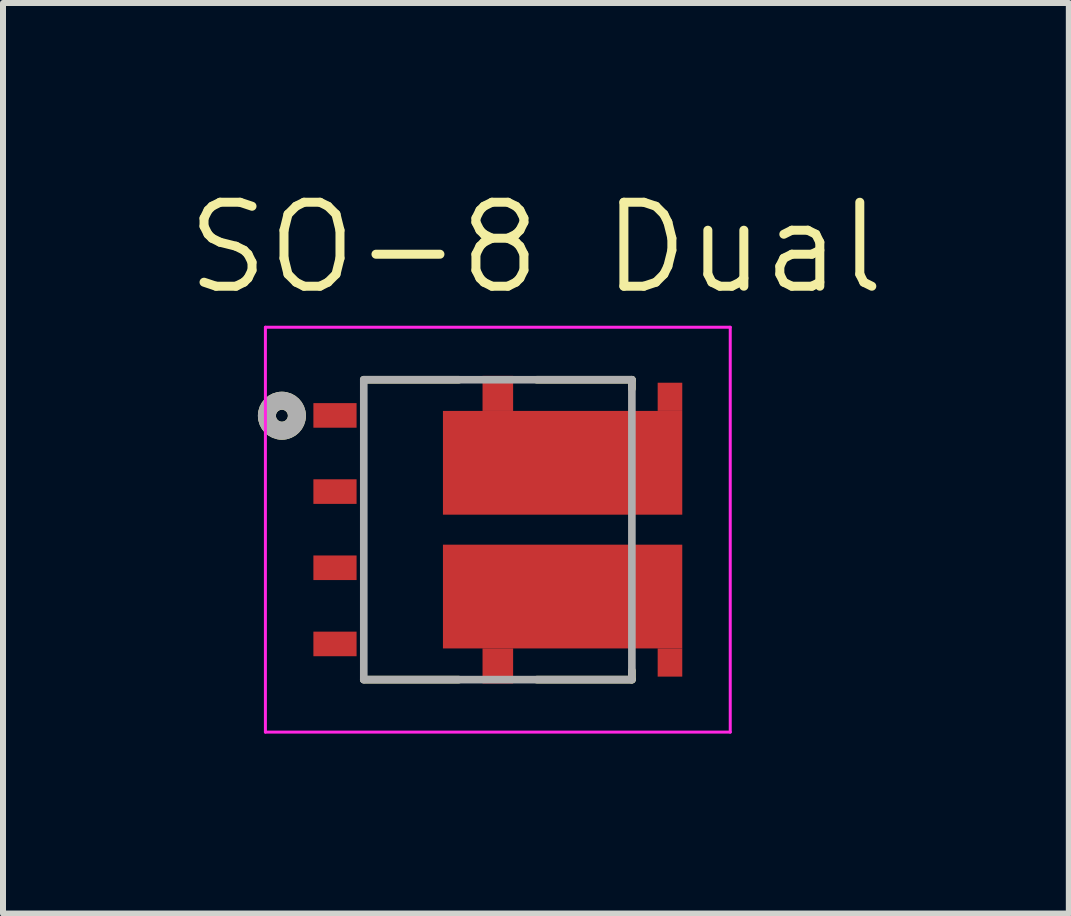
<source format=kicad_pcb>
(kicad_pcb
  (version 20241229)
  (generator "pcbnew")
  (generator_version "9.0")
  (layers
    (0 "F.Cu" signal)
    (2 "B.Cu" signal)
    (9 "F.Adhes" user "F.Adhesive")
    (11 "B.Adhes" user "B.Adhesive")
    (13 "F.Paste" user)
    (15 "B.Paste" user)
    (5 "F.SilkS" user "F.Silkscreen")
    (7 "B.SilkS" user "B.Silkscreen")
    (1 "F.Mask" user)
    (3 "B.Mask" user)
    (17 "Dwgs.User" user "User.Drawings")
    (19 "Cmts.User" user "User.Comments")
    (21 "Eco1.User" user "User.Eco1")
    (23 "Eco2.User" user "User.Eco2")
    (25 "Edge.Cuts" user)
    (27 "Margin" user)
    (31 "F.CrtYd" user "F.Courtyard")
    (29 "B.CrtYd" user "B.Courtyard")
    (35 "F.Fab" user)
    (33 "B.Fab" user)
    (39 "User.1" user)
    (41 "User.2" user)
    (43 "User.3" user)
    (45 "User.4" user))
  (footprint "SO-8 Dual"
    (layer "F.Cu")
    (at 5.25 5.781)
    (property "Reference" "SO-8 Dual" (at 0.635 -4.699 0) (layer "F.SilkS") (effects (font (size 1.4 1.4) (thickness 0.15))))
    (attr smd)
    (fp_line (start -0.65 -2.5) (end -2.235 -2.5) (stroke (width 0.127) (type solid)) (layer "F.SilkS"))
    (fp_line (start -0.65 2.5) (end -2.235 2.5) (stroke (width 0.127) (type solid)) (layer "F.SilkS"))
    (fp_line (start 2.235 -2.5) (end 0.65 -2.5) (stroke (width 0.127) (type solid)) (layer "F.SilkS"))
    (fp_line (start 2.235 -2.35) (end 2.235 -2.5) (stroke (width 0.127) (type solid)) (layer "F.SilkS"))
    (fp_line (start 2.235 2.35) (end 2.235 2.5) (stroke (width 0.127) (type solid)) (layer "F.SilkS"))
    (fp_line (start 2.235 2.5) (end 0.65 2.5) (stroke (width 0.127) (type solid)) (layer "F.SilkS"))
    (fp_circle (center -3.6 -1.9) (end -3.5 -1.9) (stroke (width 0.3) (type solid)) (fill no) (layer "F.SilkS"))
    (fp_line (start -3.875 -3.375) (end 3.875 -3.375) (stroke (width 0.05) (type solid)) (layer "F.CrtYd"))
    (fp_line (start -3.875 3.375) (end -3.875 -3.375) (stroke (width 0.05) (type solid)) (layer "F.CrtYd"))
    (fp_line (start 3.875 -3.375) (end 3.875 3.375) (stroke (width 0.05) (type solid)) (layer "F.CrtYd"))
    (fp_line (start 3.875 3.375) (end -3.875 3.375) (stroke (width 0.05) (type solid)) (layer "F.CrtYd"))
    (fp_line (start -2.235 -2.5) (end 2.235 -2.5) (stroke (width 0.127) (type solid)) (layer "F.Fab"))
    (fp_line (start -2.235 2.5) (end -2.235 -2.5) (stroke (width 0.127) (type solid)) (layer "F.Fab"))
    (fp_line (start 2.235 -2.5) (end 2.235 2.5) (stroke (width 0.127) (type solid)) (layer "F.Fab"))
    (fp_line (start 2.235 2.5) (end -2.235 2.5) (stroke (width 0.127) (type solid)) (layer "F.Fab"))
    (fp_circle (center -3.6 -1.9) (end -3.5 -1.9) (stroke (width 0.3) (type solid)) (fill no) (layer "F.Fab"))
    (pad "1" smd rect (at -2.715 -1.905) (size 0.72 0.41) (layers "F.Cu" "F.Mask" "F.Paste"))
    (pad "2" smd rect (at -2.715 -0.635) (size 0.72 0.41) (layers "F.Cu" "F.Mask" "F.Paste"))
    (pad "3" smd rect (at -2.715 0.635) (size 0.72 0.41) (layers "F.Cu" "F.Mask" "F.Paste"))
    (pad "4" smd rect (at -2.715 1.905) (size 0.72 0.41) (layers "F.Cu" "F.Mask" "F.Paste"))
    (pad "5" smd rect (at 0 2.272 270) (size 0.585 0.51) (layers "F.Cu" "F.Mask" "F.Paste"))
    (pad "5" smd rect (at 1.08 1.115) (size 3.99 1.73) (layers "F.Cu" "F.Mask" "F.Paste"))
    (pad "5" smd rect (at 2.87 2.215 270) (size 0.47 0.41) (layers "F.Cu" "F.Mask" "F.Paste"))
    (pad "6" smd rect (at 0 -2.272 270) (size 0.585 0.51) (layers "F.Cu" "F.Mask" "F.Paste"))
    (pad "6" smd rect (at 1.08 -1.115) (size 3.99 1.73) (layers "F.Cu" "F.Mask" "F.Paste"))
    (pad "6" smd rect (at 2.87 -2.215 270) (size 0.47 0.41) (layers "F.Cu" "F.Mask" "F.Paste")))
  (gr_rect
    (start -3 -3)
    (end 14.77 12.181)
    (stroke (width 0.1) (type default))
    (fill no)
    (layer "Edge.Cuts")))
</source>
